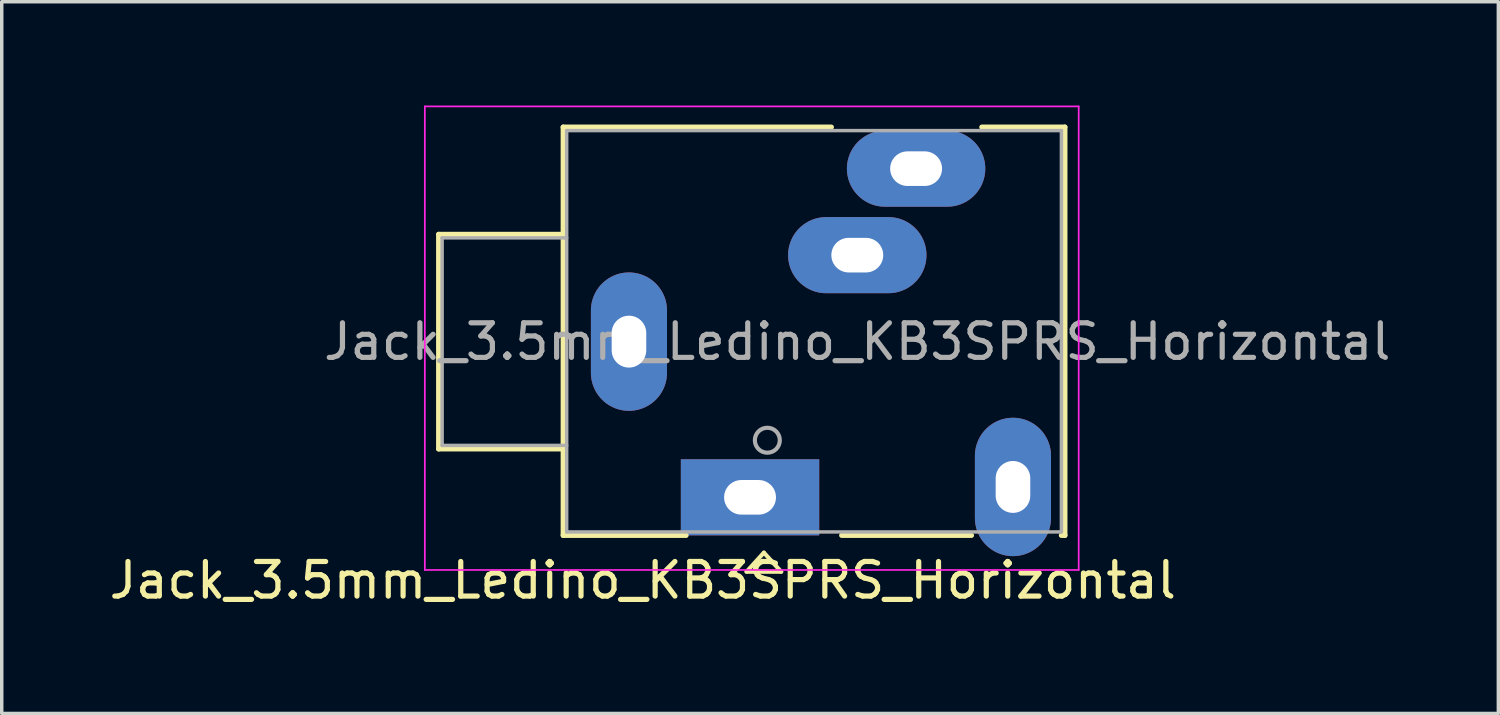
<source format=kicad_pcb>
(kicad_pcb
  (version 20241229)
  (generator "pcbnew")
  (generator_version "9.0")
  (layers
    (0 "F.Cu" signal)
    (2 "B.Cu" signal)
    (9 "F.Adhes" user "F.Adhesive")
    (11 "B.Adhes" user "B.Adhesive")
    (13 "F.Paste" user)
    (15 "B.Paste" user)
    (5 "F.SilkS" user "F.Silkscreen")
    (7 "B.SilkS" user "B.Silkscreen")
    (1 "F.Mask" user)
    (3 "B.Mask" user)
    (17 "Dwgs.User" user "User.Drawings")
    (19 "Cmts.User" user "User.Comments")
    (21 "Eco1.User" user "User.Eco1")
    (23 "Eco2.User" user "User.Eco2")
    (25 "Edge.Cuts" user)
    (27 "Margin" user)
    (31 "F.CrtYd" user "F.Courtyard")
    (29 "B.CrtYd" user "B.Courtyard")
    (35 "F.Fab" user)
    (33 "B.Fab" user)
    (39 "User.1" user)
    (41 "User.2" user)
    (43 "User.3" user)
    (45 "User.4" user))
  (footprint "Jack_3.5mm_Ledino_KB3SPRS_Horizontal"
    (layer "F.Cu")
    (at 19.03 11.425)
    (property "Reference" "Jack_3.5mm_Ledino_KB3SPRS_Horizontal" (at -3.5 2.3 0) (layer "F.SilkS") (effects (font (size 1 1) (thickness 0.15))))
    (attr through_hole)
    (fp_line (start -9.4 -7.7) (end -9.4 -1.5) (stroke (width 0.15) (type solid)) (layer "F.SilkS"))
    (fp_line (start -9.4 -1.5) (end -5.8 -1.5) (stroke (width 0.15) (type solid)) (layer "F.SilkS"))
    (fp_line (start -5.8 -10.8) (end 1.95 -10.8) (stroke (width 0.15) (type solid)) (layer "F.SilkS"))
    (fp_line (start -5.8 -7.7) (end -9.4 -7.7) (stroke (width 0.15) (type solid)) (layer "F.SilkS"))
    (fp_line (start -5.8 1) (end -5.8 -10.8) (stroke (width 0.15) (type solid)) (layer "F.SilkS"))
    (fp_line (start -2.25 1) (end -5.8 1) (stroke (width 0.15) (type solid)) (layer "F.SilkS"))
    (fp_line (start -0.5 2.05) (end 0.5 2.05) (stroke (width 0.12) (type solid)) (layer "F.SilkS"))
    (fp_line (start 0 1.5) (end -0.5 2.05) (stroke (width 0.12) (type solid)) (layer "F.SilkS"))
    (fp_line (start 0.5 2.05) (end 0 1.5) (stroke (width 0.12) (type solid)) (layer "F.SilkS"))
    (fp_line (start 6 1) (end 2.25 1) (stroke (width 0.15) (type solid)) (layer "F.SilkS"))
    (fp_line (start 6.3 -10.8) (end 8.7 -10.8) (stroke (width 0.15) (type solid)) (layer "F.SilkS"))
    (fp_line (start 8.7 -10.8) (end 8.7 1) (stroke (width 0.15) (type solid)) (layer "F.SilkS"))
    (fp_line (start 8.7 1) (end 8.6 1) (stroke (width 0.15) (type solid)) (layer "F.SilkS"))
    (fp_line (start -9.8 -11.4) (end -9.8 2) (stroke (width 0.05) (type solid)) (layer "F.CrtYd"))
    (fp_line (start -9.8 2) (end 9.1 2) (stroke (width 0.05) (type solid)) (layer "F.CrtYd"))
    (fp_line (start 9.1 -11.4) (end -9.8 -11.4) (stroke (width 0.05) (type solid)) (layer "F.CrtYd"))
    (fp_line (start 9.1 2) (end 9.1 -11.4) (stroke (width 0.05) (type solid)) (layer "F.CrtYd"))
    (fp_line (start -9.3 -7.6) (end -9.3 -1.6) (stroke (width 0.1) (type solid)) (layer "F.Fab"))
    (fp_line (start -9.3 -7.6) (end -5.7 -7.6) (stroke (width 0.1) (type solid)) (layer "F.Fab"))
    (fp_line (start -9.3 -1.6) (end -5.7 -1.6) (stroke (width 0.1) (type solid)) (layer "F.Fab"))
    (fp_line (start -5.7 -10.7) (end -5.7 0.9) (stroke (width 0.1) (type solid)) (layer "F.Fab"))
    (fp_line (start -5.7 0.9) (end 8.6 0.9) (stroke (width 0.1) (type solid)) (layer "F.Fab"))
    (fp_line (start 8.6 -10.7) (end -5.7 -10.7) (stroke (width 0.1) (type solid)) (layer "F.Fab"))
    (fp_line (start 8.6 0.9) (end 8.6 -10.7) (stroke (width 0.1) (type solid)) (layer "F.Fab"))
    (fp_circle (center 0.1 -1.75) (end 0.4 -1.55) (stroke (width 0.12) (type solid)) (fill no) (layer "F.Fab"))
    (fp_text user "${REFERENCE}" (at 2.7 -4.6 0) (layer "F.Fab") (effects (font (size 1 1) (thickness 0.15))))
    (pad "R" thru_hole oval (at 4.4 -9.6) (size 4 2.2) (drill oval 1.5 1) (layers "*.Cu" "*.Mask"))
    (pad "RN" thru_hole oval (at 2.7 -7.1) (size 4 2.2) (drill oval 1.5 1) (layers "*.Cu" "*.Mask"))
    (pad "S" thru_hole oval (at -3.9 -4.6) (size 2.2 4) (drill oval 1 1.5) (layers "*.Cu" "*.Mask"))
    (pad "T" thru_hole rect (at -0.4 -0.1) (size 4 2.2) (drill oval 1.5 1) (layers "*.Cu" "*.Mask"))
    (pad "TN" thru_hole oval (at 7.2 -0.4 90) (size 4 2.2) (drill oval 1.5 1) (layers "*.Cu" "*.Mask")))
  (gr_rect
    (start -3 -3)
    (end 40.26 17.573)
    (stroke (width 0.1) (type default))
    (fill no)
    (layer "Edge.Cuts")))
</source>
